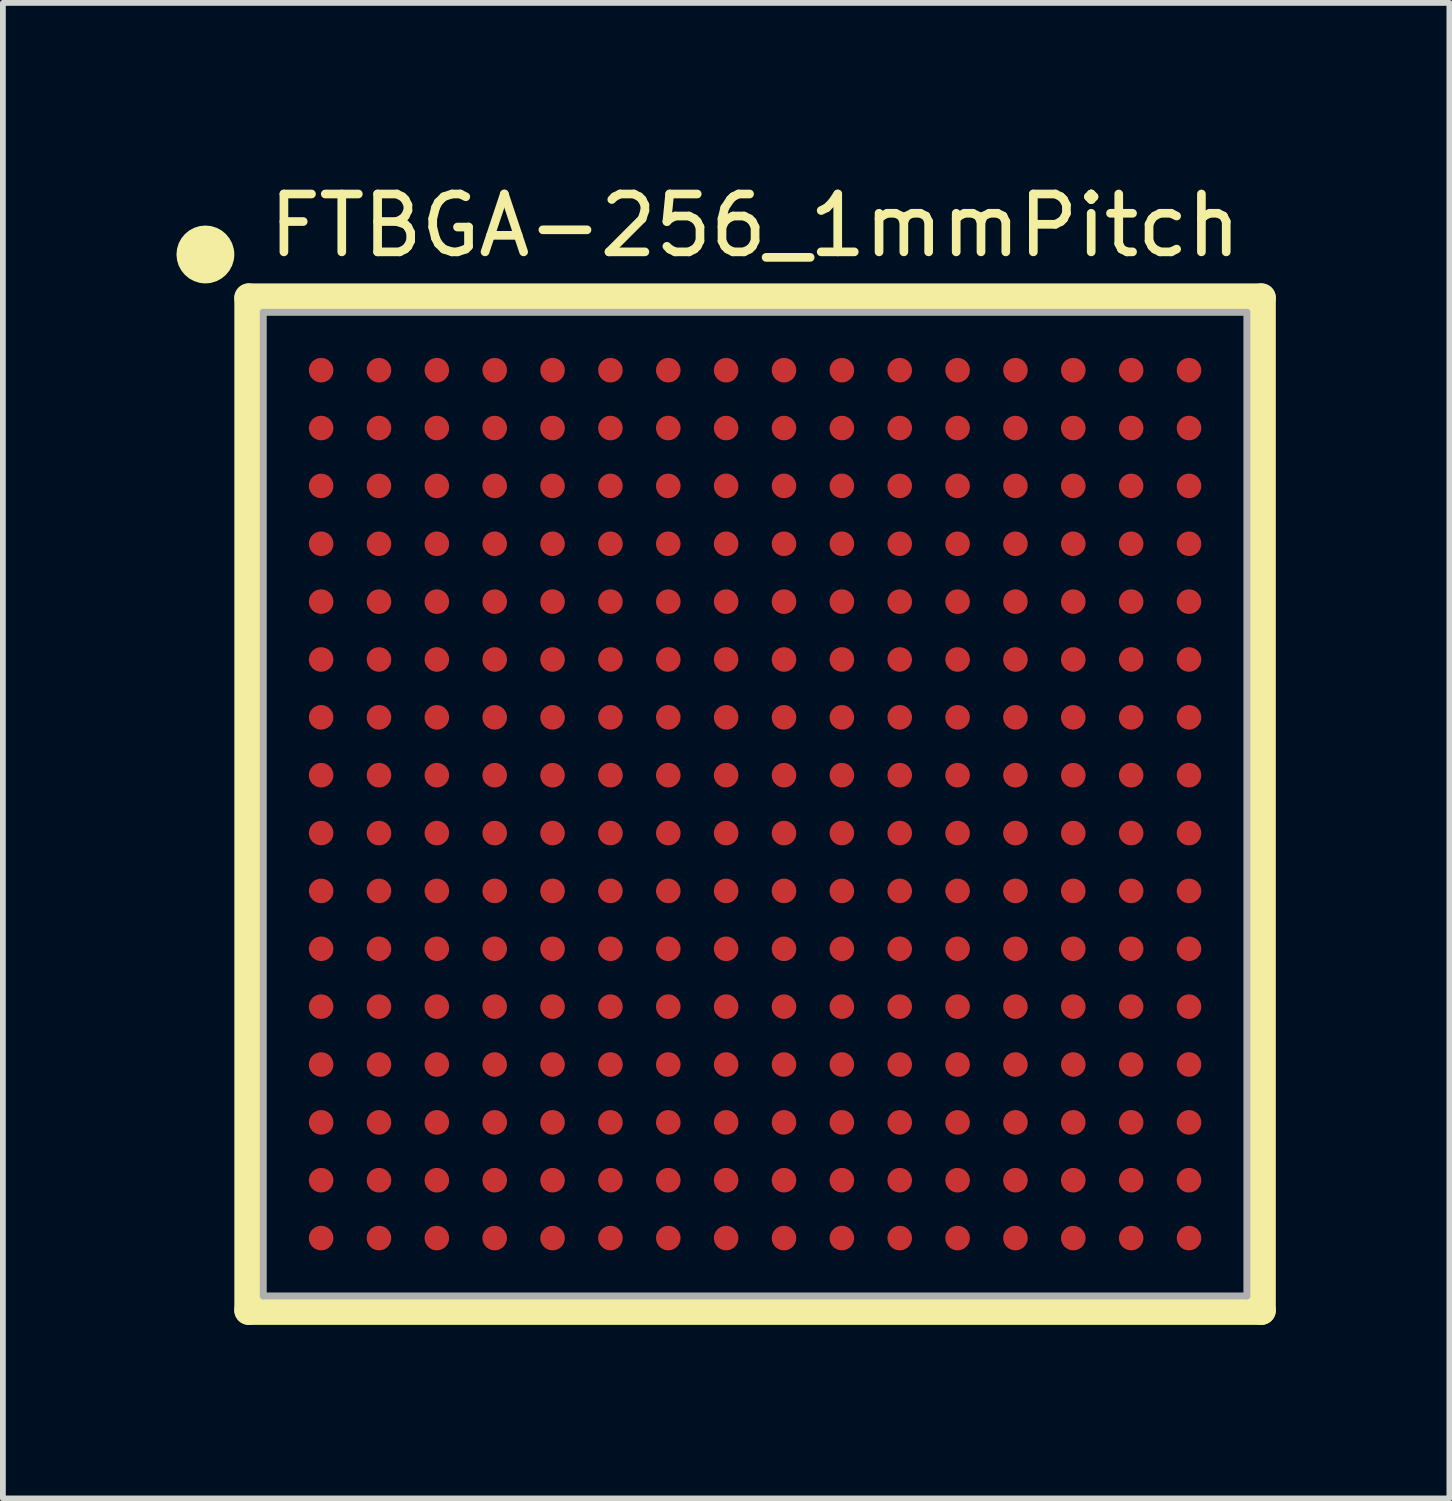
<source format=kicad_pcb>
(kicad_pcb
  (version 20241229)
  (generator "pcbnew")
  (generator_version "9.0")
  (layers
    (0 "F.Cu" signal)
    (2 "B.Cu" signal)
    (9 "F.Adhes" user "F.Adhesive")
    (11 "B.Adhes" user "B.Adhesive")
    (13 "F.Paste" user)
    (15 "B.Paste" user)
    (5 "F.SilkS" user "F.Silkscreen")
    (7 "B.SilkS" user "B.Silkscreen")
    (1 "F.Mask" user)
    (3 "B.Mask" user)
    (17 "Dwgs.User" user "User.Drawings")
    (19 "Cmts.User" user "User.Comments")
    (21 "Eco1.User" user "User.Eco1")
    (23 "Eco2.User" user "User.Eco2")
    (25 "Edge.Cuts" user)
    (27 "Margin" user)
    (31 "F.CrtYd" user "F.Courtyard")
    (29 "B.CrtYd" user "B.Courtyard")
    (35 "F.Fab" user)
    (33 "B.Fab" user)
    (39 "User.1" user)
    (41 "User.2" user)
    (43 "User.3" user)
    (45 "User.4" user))
  (footprint "FTBGA-256_1mmPitch"
    (layer "F.Cu")
    (at 10 10.848)
    (property "Reference" "FTBGA-256_1mmPitch" (at 0 -10 0) (layer "F.SilkS") (effects (font (size 1 1) (thickness 0.15))))
    (attr through_hole)
    (fp_line (start -8.75 -8.75) (end 8.75 -8.75) (stroke (width 0.5) (type solid)) (layer "F.SilkS"))
    (fp_line (start -8.75 8.75) (end -8.75 -8.75) (stroke (width 0.5) (type solid)) (layer "F.SilkS"))
    (fp_line (start 8.75 -8.75) (end 8.75 8.75) (stroke (width 0.5) (type solid)) (layer "F.SilkS"))
    (fp_line (start 8.75 8.75) (end -8.75 8.75) (stroke (width 0.5) (type solid)) (layer "F.SilkS"))
    (fp_circle (center -9.5 -9.5) (end -9.25 -9.5) (stroke (width 0.5) (type solid)) (fill no) (layer "F.SilkS"))
    (fp_line (start -8.5 -8.5) (end 8.5 -8.5) (stroke (width 0.12) (type solid)) (layer "F.Fab"))
    (fp_line (start -8.5 8.5) (end -8.5 -8.5) (stroke (width 0.12) (type solid)) (layer "F.Fab"))
    (fp_line (start 8.5 -8.5) (end 8.5 8.5) (stroke (width 0.12) (type solid)) (layer "F.Fab"))
    (fp_line (start 8.5 8.5) (end -8.5 8.5) (stroke (width 0.12) (type solid)) (layer "F.Fab"))
    (pad "A1" smd circle (at -7.5 -7.5) (size 0.425 0.425) (layers "F.Cu" "F.Mask" "F.Paste"))
    (pad "A2" smd circle (at -6.5 -7.5) (size 0.425 0.425) (layers "F.Cu" "F.Mask" "F.Paste"))
    (pad "A3" smd circle (at -5.5 -7.5) (size 0.425 0.425) (layers "F.Cu" "F.Mask" "F.Paste"))
    (pad "A4" smd circle (at -4.5 -7.5) (size 0.425 0.425) (layers "F.Cu" "F.Mask" "F.Paste"))
    (pad "A5" smd circle (at -3.5 -7.5) (size 0.425 0.425) (layers "F.Cu" "F.Mask" "F.Paste"))
    (pad "A6" smd circle (at -2.5 -7.5) (size 0.425 0.425) (layers "F.Cu" "F.Mask" "F.Paste"))
    (pad "A7" smd circle (at -1.5 -7.5) (size 0.425 0.425) (layers "F.Cu" "F.Mask" "F.Paste"))
    (pad "A8" smd circle (at -0.5 -7.5) (size 0.425 0.425) (layers "F.Cu" "F.Mask" "F.Paste"))
    (pad "A9" smd circle (at 0.5 -7.5) (size 0.425 0.425) (layers "F.Cu" "F.Mask" "F.Paste"))
    (pad "A10" smd circle (at 1.5 -7.5) (size 0.425 0.425) (layers "F.Cu" "F.Mask" "F.Paste"))
    (pad "A11" smd circle (at 2.5 -7.5) (size 0.425 0.425) (layers "F.Cu" "F.Mask" "F.Paste"))
    (pad "A12" smd circle (at 3.5 -7.5) (size 0.425 0.425) (layers "F.Cu" "F.Mask" "F.Paste"))
    (pad "A13" smd circle (at 4.5 -7.5) (size 0.425 0.425) (layers "F.Cu" "F.Mask" "F.Paste"))
    (pad "A14" smd circle (at 5.5 -7.5) (size 0.425 0.425) (layers "F.Cu" "F.Mask" "F.Paste"))
    (pad "A15" smd circle (at 6.5 -7.5) (size 0.425 0.425) (layers "F.Cu" "F.Mask" "F.Paste"))
    (pad "A16" smd circle (at 7.5 -7.5) (size 0.425 0.425) (layers "F.Cu" "F.Mask" "F.Paste"))
    (pad "B1" smd circle (at -7.5 -6.5) (size 0.425 0.425) (layers "F.Cu" "F.Mask" "F.Paste"))
    (pad "B2" smd circle (at -6.5 -6.5) (size 0.425 0.425) (layers "F.Cu" "F.Mask" "F.Paste"))
    (pad "B3" smd circle (at -5.5 -6.5) (size 0.425 0.425) (layers "F.Cu" "F.Mask" "F.Paste"))
    (pad "B4" smd circle (at -4.5 -6.5) (size 0.425 0.425) (layers "F.Cu" "F.Mask" "F.Paste"))
    (pad "B5" smd circle (at -3.5 -6.5) (size 0.425 0.425) (layers "F.Cu" "F.Mask" "F.Paste"))
    (pad "B6" smd circle (at -2.5 -6.5) (size 0.425 0.425) (layers "F.Cu" "F.Mask" "F.Paste"))
    (pad "B7" smd circle (at -1.5 -6.5) (size 0.425 0.425) (layers "F.Cu" "F.Mask" "F.Paste"))
    (pad "B8" smd circle (at -0.5 -6.5) (size 0.425 0.425) (layers "F.Cu" "F.Mask" "F.Paste"))
    (pad "B9" smd circle (at 0.5 -6.5) (size 0.425 0.425) (layers "F.Cu" "F.Mask" "F.Paste"))
    (pad "B10" smd circle (at 1.5 -6.5) (size 0.425 0.425) (layers "F.Cu" "F.Mask" "F.Paste"))
    (pad "B11" smd circle (at 2.5 -6.5) (size 0.425 0.425) (layers "F.Cu" "F.Mask" "F.Paste"))
    (pad "B12" smd circle (at 3.5 -6.5) (size 0.425 0.425) (layers "F.Cu" "F.Mask" "F.Paste"))
    (pad "B13" smd circle (at 4.5 -6.5) (size 0.425 0.425) (layers "F.Cu" "F.Mask" "F.Paste"))
    (pad "B14" smd circle (at 5.5 -6.5) (size 0.425 0.425) (layers "F.Cu" "F.Mask" "F.Paste"))
    (pad "B15" smd circle (at 6.5 -6.5) (size 0.425 0.425) (layers "F.Cu" "F.Mask" "F.Paste"))
    (pad "B16" smd circle (at 7.5 -6.5) (size 0.425 0.425) (layers "F.Cu" "F.Mask" "F.Paste"))
    (pad "C1" smd circle (at -7.5 -5.5) (size 0.425 0.425) (layers "F.Cu" "F.Mask" "F.Paste"))
    (pad "C2" smd circle (at -6.5 -5.5) (size 0.425 0.425) (layers "F.Cu" "F.Mask" "F.Paste"))
    (pad "C3" smd circle (at -5.5 -5.5) (size 0.425 0.425) (layers "F.Cu" "F.Mask" "F.Paste"))
    (pad "C4" smd circle (at -4.5 -5.5) (size 0.425 0.425) (layers "F.Cu" "F.Mask" "F.Paste"))
    (pad "C5" smd circle (at -3.5 -5.5) (size 0.425 0.425) (layers "F.Cu" "F.Mask" "F.Paste"))
    (pad "C6" smd circle (at -2.5 -5.5) (size 0.425 0.425) (layers "F.Cu" "F.Mask" "F.Paste"))
    (pad "C7" smd circle (at -1.5 -5.5) (size 0.425 0.425) (layers "F.Cu" "F.Mask" "F.Paste"))
    (pad "C8" smd circle (at -0.5 -5.5) (size 0.425 0.425) (layers "F.Cu" "F.Mask" "F.Paste"))
    (pad "C9" smd circle (at 0.5 -5.5) (size 0.425 0.425) (layers "F.Cu" "F.Mask" "F.Paste"))
    (pad "C10" smd circle (at 1.5 -5.5) (size 0.425 0.425) (layers "F.Cu" "F.Mask" "F.Paste"))
    (pad "C11" smd circle (at 2.5 -5.5) (size 0.425 0.425) (layers "F.Cu" "F.Mask" "F.Paste"))
    (pad "C12" smd circle (at 3.5 -5.5) (size 0.425 0.425) (layers "F.Cu" "F.Mask" "F.Paste"))
    (pad "C13" smd circle (at 4.5 -5.5) (size 0.425 0.425) (layers "F.Cu" "F.Mask" "F.Paste"))
    (pad "C14" smd circle (at 5.5 -5.5) (size 0.425 0.425) (layers "F.Cu" "F.Mask" "F.Paste"))
    (pad "C15" smd circle (at 6.5 -5.5) (size 0.425 0.425) (layers "F.Cu" "F.Mask" "F.Paste"))
    (pad "C16" smd circle (at 7.5 -5.5) (size 0.425 0.425) (layers "F.Cu" "F.Mask" "F.Paste"))
    (pad "D1" smd circle (at -7.5 -4.5) (size 0.425 0.425) (layers "F.Cu" "F.Mask" "F.Paste"))
    (pad "D2" smd circle (at -6.5 -4.5) (size 0.425 0.425) (layers "F.Cu" "F.Mask" "F.Paste"))
    (pad "D3" smd circle (at -5.5 -4.5) (size 0.425 0.425) (layers "F.Cu" "F.Mask" "F.Paste"))
    (pad "D4" smd circle (at -4.5 -4.5) (size 0.425 0.425) (layers "F.Cu" "F.Mask" "F.Paste"))
    (pad "D5" smd circle (at -3.5 -4.5) (size 0.425 0.425) (layers "F.Cu" "F.Mask" "F.Paste"))
    (pad "D6" smd circle (at -2.5 -4.5) (size 0.425 0.425) (layers "F.Cu" "F.Mask" "F.Paste"))
    (pad "D7" smd circle (at -1.5 -4.5) (size 0.425 0.425) (layers "F.Cu" "F.Mask" "F.Paste"))
    (pad "D8" smd circle (at -0.5 -4.5) (size 0.425 0.425) (layers "F.Cu" "F.Mask" "F.Paste"))
    (pad "D9" smd circle (at 0.5 -4.5) (size 0.425 0.425) (layers "F.Cu" "F.Mask" "F.Paste"))
    (pad "D10" smd circle (at 1.5 -4.5) (size 0.425 0.425) (layers "F.Cu" "F.Mask" "F.Paste"))
    (pad "D11" smd circle (at 2.5 -4.5) (size 0.425 0.425) (layers "F.Cu" "F.Mask" "F.Paste"))
    (pad "D12" smd circle (at 3.5 -4.5) (size 0.425 0.425) (layers "F.Cu" "F.Mask" "F.Paste"))
    (pad "D13" smd circle (at 4.5 -4.5) (size 0.425 0.425) (layers "F.Cu" "F.Mask" "F.Paste"))
    (pad "D14" smd circle (at 5.5 -4.5) (size 0.425 0.425) (layers "F.Cu" "F.Mask" "F.Paste"))
    (pad "D15" smd circle (at 6.5 -4.5) (size 0.425 0.425) (layers "F.Cu" "F.Mask" "F.Paste"))
    (pad "D16" smd circle (at 7.5 -4.5) (size 0.425 0.425) (layers "F.Cu" "F.Mask" "F.Paste"))
    (pad "E1" smd circle (at -7.5 -3.5) (size 0.425 0.425) (layers "F.Cu" "F.Mask" "F.Paste"))
    (pad "E2" smd circle (at -6.5 -3.5) (size 0.425 0.425) (layers "F.Cu" "F.Mask" "F.Paste"))
    (pad "E3" smd circle (at -5.5 -3.5) (size 0.425 0.425) (layers "F.Cu" "F.Mask" "F.Paste"))
    (pad "E4" smd circle (at -4.5 -3.5) (size 0.425 0.425) (layers "F.Cu" "F.Mask" "F.Paste"))
    (pad "E5" smd circle (at -3.5 -3.5) (size 0.425 0.425) (layers "F.Cu" "F.Mask" "F.Paste"))
    (pad "E6" smd circle (at -2.5 -3.5) (size 0.425 0.425) (layers "F.Cu" "F.Mask" "F.Paste"))
    (pad "E7" smd circle (at -1.5 -3.5) (size 0.425 0.425) (layers "F.Cu" "F.Mask" "F.Paste"))
    (pad "E8" smd circle (at -0.5 -3.5) (size 0.425 0.425) (layers "F.Cu" "F.Mask" "F.Paste"))
    (pad "E9" smd circle (at 0.5 -3.5) (size 0.425 0.425) (layers "F.Cu" "F.Mask" "F.Paste"))
    (pad "E10" smd circle (at 1.5 -3.5) (size 0.425 0.425) (layers "F.Cu" "F.Mask" "F.Paste"))
    (pad "E11" smd circle (at 2.5 -3.5) (size 0.425 0.425) (layers "F.Cu" "F.Mask" "F.Paste"))
    (pad "E12" smd circle (at 3.5 -3.5) (size 0.425 0.425) (layers "F.Cu" "F.Mask" "F.Paste"))
    (pad "E13" smd circle (at 4.5 -3.5) (size 0.425 0.425) (layers "F.Cu" "F.Mask" "F.Paste"))
    (pad "E14" smd circle (at 5.5 -3.5) (size 0.425 0.425) (layers "F.Cu" "F.Mask" "F.Paste"))
    (pad "E15" smd circle (at 6.5 -3.5) (size 0.425 0.425) (layers "F.Cu" "F.Mask" "F.Paste"))
    (pad "E16" smd circle (at 7.5 -3.5) (size 0.425 0.425) (layers "F.Cu" "F.Mask" "F.Paste"))
    (pad "F1" smd circle (at -7.5 -2.5) (size 0.425 0.425) (layers "F.Cu" "F.Mask" "F.Paste"))
    (pad "F2" smd circle (at -6.5 -2.5) (size 0.425 0.425) (layers "F.Cu" "F.Mask" "F.Paste"))
    (pad "F3" smd circle (at -5.5 -2.5) (size 0.425 0.425) (layers "F.Cu" "F.Mask" "F.Paste"))
    (pad "F4" smd circle (at -4.5 -2.5) (size 0.425 0.425) (layers "F.Cu" "F.Mask" "F.Paste"))
    (pad "F5" smd circle (at -3.5 -2.5) (size 0.425 0.425) (layers "F.Cu" "F.Mask" "F.Paste"))
    (pad "F6" smd circle (at -2.5 -2.5) (size 0.425 0.425) (layers "F.Cu" "F.Mask" "F.Paste"))
    (pad "F7" smd circle (at -1.5 -2.5) (size 0.425 0.425) (layers "F.Cu" "F.Mask" "F.Paste"))
    (pad "F8" smd circle (at -0.5 -2.5) (size 0.425 0.425) (layers "F.Cu" "F.Mask" "F.Paste"))
    (pad "F9" smd circle (at 0.5 -2.5) (size 0.425 0.425) (layers "F.Cu" "F.Mask" "F.Paste"))
    (pad "F10" smd circle (at 1.5 -2.5) (size 0.425 0.425) (layers "F.Cu" "F.Mask" "F.Paste"))
    (pad "F11" smd circle (at 2.5 -2.5) (size 0.425 0.425) (layers "F.Cu" "F.Mask" "F.Paste"))
    (pad "F12" smd circle (at 3.5 -2.5) (size 0.425 0.425) (layers "F.Cu" "F.Mask" "F.Paste"))
    (pad "F13" smd circle (at 4.5 -2.5) (size 0.425 0.425) (layers "F.Cu" "F.Mask" "F.Paste"))
    (pad "F14" smd circle (at 5.5 -2.5) (size 0.425 0.425) (layers "F.Cu" "F.Mask" "F.Paste"))
    (pad "F15" smd circle (at 6.5 -2.5) (size 0.425 0.425) (layers "F.Cu" "F.Mask" "F.Paste"))
    (pad "F16" smd circle (at 7.5 -2.5) (size 0.425 0.425) (layers "F.Cu" "F.Mask" "F.Paste"))
    (pad "G1" smd circle (at -7.5 -1.5) (size 0.425 0.425) (layers "F.Cu" "F.Mask" "F.Paste"))
    (pad "G2" smd circle (at -6.5 -1.5) (size 0.425 0.425) (layers "F.Cu" "F.Mask" "F.Paste"))
    (pad "G3" smd circle (at -5.5 -1.5) (size 0.425 0.425) (layers "F.Cu" "F.Mask" "F.Paste"))
    (pad "G4" smd circle (at -4.5 -1.5) (size 0.425 0.425) (layers "F.Cu" "F.Mask" "F.Paste"))
    (pad "G5" smd circle (at -3.5 -1.5) (size 0.425 0.425) (layers "F.Cu" "F.Mask" "F.Paste"))
    (pad "G6" smd circle (at -2.5 -1.5) (size 0.425 0.425) (layers "F.Cu" "F.Mask" "F.Paste"))
    (pad "G7" smd circle (at -1.5 -1.5) (size 0.425 0.425) (layers "F.Cu" "F.Mask" "F.Paste"))
    (pad "G8" smd circle (at -0.5 -1.5) (size 0.425 0.425) (layers "F.Cu" "F.Mask" "F.Paste"))
    (pad "G9" smd circle (at 0.5 -1.5) (size 0.425 0.425) (layers "F.Cu" "F.Mask" "F.Paste"))
    (pad "G10" smd circle (at 1.5 -1.5) (size 0.425 0.425) (layers "F.Cu" "F.Mask" "F.Paste"))
    (pad "G11" smd circle (at 2.5 -1.5) (size 0.425 0.425) (layers "F.Cu" "F.Mask" "F.Paste"))
    (pad "G12" smd circle (at 3.5 -1.5) (size 0.425 0.425) (layers "F.Cu" "F.Mask" "F.Paste"))
    (pad "G13" smd circle (at 4.5 -1.5) (size 0.425 0.425) (layers "F.Cu" "F.Mask" "F.Paste"))
    (pad "G14" smd circle (at 5.5 -1.5) (size 0.425 0.425) (layers "F.Cu" "F.Mask" "F.Paste"))
    (pad "G15" smd circle (at 6.5 -1.5) (size 0.425 0.425) (layers "F.Cu" "F.Mask" "F.Paste"))
    (pad "G16" smd circle (at 7.5 -1.5) (size 0.425 0.425) (layers "F.Cu" "F.Mask" "F.Paste"))
    (pad "H1" smd circle (at -7.5 -0.5) (size 0.425 0.425) (layers "F.Cu" "F.Mask" "F.Paste"))
    (pad "H2" smd circle (at -6.5 -0.5) (size 0.425 0.425) (layers "F.Cu" "F.Mask" "F.Paste"))
    (pad "H3" smd circle (at -5.5 -0.5) (size 0.425 0.425) (layers "F.Cu" "F.Mask" "F.Paste"))
    (pad "H4" smd circle (at -4.5 -0.5) (size 0.425 0.425) (layers "F.Cu" "F.Mask" "F.Paste"))
    (pad "H5" smd circle (at -3.5 -0.5) (size 0.425 0.425) (layers "F.Cu" "F.Mask" "F.Paste"))
    (pad "H6" smd circle (at -2.5 -0.5) (size 0.425 0.425) (layers "F.Cu" "F.Mask" "F.Paste"))
    (pad "H7" smd circle (at -1.5 -0.5) (size 0.425 0.425) (layers "F.Cu" "F.Mask" "F.Paste"))
    (pad "H8" smd circle (at -0.5 -0.5) (size 0.425 0.425) (layers "F.Cu" "F.Mask" "F.Paste"))
    (pad "H9" smd circle (at 0.5 -0.5) (size 0.425 0.425) (layers "F.Cu" "F.Mask" "F.Paste"))
    (pad "H10" smd circle (at 1.5 -0.5) (size 0.425 0.425) (layers "F.Cu" "F.Mask" "F.Paste"))
    (pad "H11" smd circle (at 2.5 -0.5) (size 0.425 0.425) (layers "F.Cu" "F.Mask" "F.Paste"))
    (pad "H12" smd circle (at 3.5 -0.5) (size 0.425 0.425) (layers "F.Cu" "F.Mask" "F.Paste"))
    (pad "H13" smd circle (at 4.5 -0.5) (size 0.425 0.425) (layers "F.Cu" "F.Mask" "F.Paste"))
    (pad "H14" smd circle (at 5.5 -0.5) (size 0.425 0.425) (layers "F.Cu" "F.Mask" "F.Paste"))
    (pad "H15" smd circle (at 6.5 -0.5) (size 0.425 0.425) (layers "F.Cu" "F.Mask" "F.Paste"))
    (pad "H16" smd circle (at 7.5 -0.5) (size 0.425 0.425) (layers "F.Cu" "F.Mask" "F.Paste"))
    (pad "J1" smd circle (at -7.5 0.5) (size 0.425 0.425) (layers "F.Cu" "F.Mask" "F.Paste"))
    (pad "J2" smd circle (at -6.5 0.5) (size 0.425 0.425) (layers "F.Cu" "F.Mask" "F.Paste"))
    (pad "J3" smd circle (at -5.5 0.5) (size 0.425 0.425) (layers "F.Cu" "F.Mask" "F.Paste"))
    (pad "J4" smd circle (at -4.5 0.5) (size 0.425 0.425) (layers "F.Cu" "F.Mask" "F.Paste"))
    (pad "J5" smd circle (at -3.5 0.5) (size 0.425 0.425) (layers "F.Cu" "F.Mask" "F.Paste"))
    (pad "J6" smd circle (at -2.5 0.5) (size 0.425 0.425) (layers "F.Cu" "F.Mask" "F.Paste"))
    (pad "J7" smd circle (at -1.5 0.5) (size 0.425 0.425) (layers "F.Cu" "F.Mask" "F.Paste"))
    (pad "J8" smd circle (at -0.5 0.5) (size 0.425 0.425) (layers "F.Cu" "F.Mask" "F.Paste"))
    (pad "J9" smd circle (at 0.5 0.5) (size 0.425 0.425) (layers "F.Cu" "F.Mask" "F.Paste"))
    (pad "J10" smd circle (at 1.5 0.5) (size 0.425 0.425) (layers "F.Cu" "F.Mask" "F.Paste"))
    (pad "J11" smd circle (at 2.5 0.5) (size 0.425 0.425) (layers "F.Cu" "F.Mask" "F.Paste"))
    (pad "J12" smd circle (at 3.5 0.5) (size 0.425 0.425) (layers "F.Cu" "F.Mask" "F.Paste"))
    (pad "J13" smd circle (at 4.5 0.5) (size 0.425 0.425) (layers "F.Cu" "F.Mask" "F.Paste"))
    (pad "J14" smd circle (at 5.5 0.5) (size 0.425 0.425) (layers "F.Cu" "F.Mask" "F.Paste"))
    (pad "J15" smd circle (at 6.5 0.5) (size 0.425 0.425) (layers "F.Cu" "F.Mask" "F.Paste"))
    (pad "J16" smd circle (at 7.5 0.5) (size 0.425 0.425) (layers "F.Cu" "F.Mask" "F.Paste"))
    (pad "K1" smd circle (at -7.5 1.5) (size 0.425 0.425) (layers "F.Cu" "F.Mask" "F.Paste"))
    (pad "K2" smd circle (at -6.5 1.5) (size 0.425 0.425) (layers "F.Cu" "F.Mask" "F.Paste"))
    (pad "K3" smd circle (at -5.5 1.5) (size 0.425 0.425) (layers "F.Cu" "F.Mask" "F.Paste"))
    (pad "K4" smd circle (at -4.5 1.5) (size 0.425 0.425) (layers "F.Cu" "F.Mask" "F.Paste"))
    (pad "K5" smd circle (at -3.5 1.5) (size 0.425 0.425) (layers "F.Cu" "F.Mask" "F.Paste"))
    (pad "K6" smd circle (at -2.5 1.5) (size 0.425 0.425) (layers "F.Cu" "F.Mask" "F.Paste"))
    (pad "K7" smd circle (at -1.5 1.5) (size 0.425 0.425) (layers "F.Cu" "F.Mask" "F.Paste"))
    (pad "K8" smd circle (at -0.5 1.5) (size 0.425 0.425) (layers "F.Cu" "F.Mask" "F.Paste"))
    (pad "K9" smd circle (at 0.5 1.5) (size 0.425 0.425) (layers "F.Cu" "F.Mask" "F.Paste"))
    (pad "K10" smd circle (at 1.5 1.5) (size 0.425 0.425) (layers "F.Cu" "F.Mask" "F.Paste"))
    (pad "K11" smd circle (at 2.5 1.5) (size 0.425 0.425) (layers "F.Cu" "F.Mask" "F.Paste"))
    (pad "K12" smd circle (at 3.5 1.5) (size 0.425 0.425) (layers "F.Cu" "F.Mask" "F.Paste"))
    (pad "K13" smd circle (at 4.5 1.5) (size 0.425 0.425) (layers "F.Cu" "F.Mask" "F.Paste"))
    (pad "K14" smd circle (at 5.5 1.5) (size 0.425 0.425) (layers "F.Cu" "F.Mask" "F.Paste"))
    (pad "K15" smd circle (at 6.5 1.5) (size 0.425 0.425) (layers "F.Cu" "F.Mask" "F.Paste"))
    (pad "K16" smd circle (at 7.5 1.5) (size 0.425 0.425) (layers "F.Cu" "F.Mask" "F.Paste"))
    (pad "L1" smd circle (at -7.5 2.5) (size 0.425 0.425) (layers "F.Cu" "F.Mask" "F.Paste"))
    (pad "L2" smd circle (at -6.5 2.5) (size 0.425 0.425) (layers "F.Cu" "F.Mask" "F.Paste"))
    (pad "L3" smd circle (at -5.5 2.5) (size 0.425 0.425) (layers "F.Cu" "F.Mask" "F.Paste"))
    (pad "L4" smd circle (at -4.5 2.5) (size 0.425 0.425) (layers "F.Cu" "F.Mask" "F.Paste"))
    (pad "L5" smd circle (at -3.5 2.5) (size 0.425 0.425) (layers "F.Cu" "F.Mask" "F.Paste"))
    (pad "L6" smd circle (at -2.5 2.5) (size 0.425 0.425) (layers "F.Cu" "F.Mask" "F.Paste"))
    (pad "L7" smd circle (at -1.5 2.5) (size 0.425 0.425) (layers "F.Cu" "F.Mask" "F.Paste"))
    (pad "L8" smd circle (at -0.5 2.5) (size 0.425 0.425) (layers "F.Cu" "F.Mask" "F.Paste"))
    (pad "L9" smd circle (at 0.5 2.5) (size 0.425 0.425) (layers "F.Cu" "F.Mask" "F.Paste"))
    (pad "L10" smd circle (at 1.5 2.5) (size 0.425 0.425) (layers "F.Cu" "F.Mask" "F.Paste"))
    (pad "L11" smd circle (at 2.5 2.5) (size 0.425 0.425) (layers "F.Cu" "F.Mask" "F.Paste"))
    (pad "L12" smd circle (at 3.5 2.5) (size 0.425 0.425) (layers "F.Cu" "F.Mask" "F.Paste"))
    (pad "L13" smd circle (at 4.5 2.5) (size 0.425 0.425) (layers "F.Cu" "F.Mask" "F.Paste"))
    (pad "L14" smd circle (at 5.5 2.5) (size 0.425 0.425) (layers "F.Cu" "F.Mask" "F.Paste"))
    (pad "L15" smd circle (at 6.5 2.5) (size 0.425 0.425) (layers "F.Cu" "F.Mask" "F.Paste"))
    (pad "L16" smd circle (at 7.5 2.5) (size 0.425 0.425) (layers "F.Cu" "F.Mask" "F.Paste"))
    (pad "M1" smd circle (at -7.5 3.5) (size 0.425 0.425) (layers "F.Cu" "F.Mask" "F.Paste"))
    (pad "M2" smd circle (at -6.5 3.5) (size 0.425 0.425) (layers "F.Cu" "F.Mask" "F.Paste"))
    (pad "M3" smd circle (at -5.5 3.5) (size 0.425 0.425) (layers "F.Cu" "F.Mask" "F.Paste"))
    (pad "M4" smd circle (at -4.5 3.5) (size 0.425 0.425) (layers "F.Cu" "F.Mask" "F.Paste"))
    (pad "M5" smd circle (at -3.5 3.5) (size 0.425 0.425) (layers "F.Cu" "F.Mask" "F.Paste"))
    (pad "M6" smd circle (at -2.5 3.5) (size 0.425 0.425) (layers "F.Cu" "F.Mask" "F.Paste"))
    (pad "M7" smd circle (at -1.5 3.5) (size 0.425 0.425) (layers "F.Cu" "F.Mask" "F.Paste"))
    (pad "M8" smd circle (at -0.5 3.5) (size 0.425 0.425) (layers "F.Cu" "F.Mask" "F.Paste"))
    (pad "M9" smd circle (at 0.5 3.5) (size 0.425 0.425) (layers "F.Cu" "F.Mask" "F.Paste"))
    (pad "M10" smd circle (at 1.5 3.5) (size 0.425 0.425) (layers "F.Cu" "F.Mask" "F.Paste"))
    (pad "M11" smd circle (at 2.5 3.5) (size 0.425 0.425) (layers "F.Cu" "F.Mask" "F.Paste"))
    (pad "M12" smd circle (at 3.5 3.5) (size 0.425 0.425) (layers "F.Cu" "F.Mask" "F.Paste"))
    (pad "M13" smd circle (at 4.5 3.5) (size 0.425 0.425) (layers "F.Cu" "F.Mask" "F.Paste"))
    (pad "M14" smd circle (at 5.5 3.5) (size 0.425 0.425) (layers "F.Cu" "F.Mask" "F.Paste"))
    (pad "M15" smd circle (at 6.5 3.5) (size 0.425 0.425) (layers "F.Cu" "F.Mask" "F.Paste"))
    (pad "M16" smd circle (at 7.5 3.5) (size 0.425 0.425) (layers "F.Cu" "F.Mask" "F.Paste"))
    (pad "N1" smd circle (at -7.5 4.5) (size 0.425 0.425) (layers "F.Cu" "F.Mask" "F.Paste"))
    (pad "N2" smd circle (at -6.5 4.5) (size 0.425 0.425) (layers "F.Cu" "F.Mask" "F.Paste"))
    (pad "N3" smd circle (at -5.5 4.5) (size 0.425 0.425) (layers "F.Cu" "F.Mask" "F.Paste"))
    (pad "N4" smd circle (at -4.5 4.5) (size 0.425 0.425) (layers "F.Cu" "F.Mask" "F.Paste"))
    (pad "N5" smd circle (at -3.5 4.5) (size 0.425 0.425) (layers "F.Cu" "F.Mask" "F.Paste"))
    (pad "N6" smd circle (at -2.5 4.5) (size 0.425 0.425) (layers "F.Cu" "F.Mask" "F.Paste"))
    (pad "N7" smd circle (at -1.5 4.5) (size 0.425 0.425) (layers "F.Cu" "F.Mask" "F.Paste"))
    (pad "N8" smd circle (at -0.5 4.5) (size 0.425 0.425) (layers "F.Cu" "F.Mask" "F.Paste"))
    (pad "N9" smd circle (at 0.5 4.5) (size 0.425 0.425) (layers "F.Cu" "F.Mask" "F.Paste"))
    (pad "N10" smd circle (at 1.5 4.5) (size 0.425 0.425) (layers "F.Cu" "F.Mask" "F.Paste"))
    (pad "N11" smd circle (at 2.5 4.5) (size 0.425 0.425) (layers "F.Cu" "F.Mask" "F.Paste"))
    (pad "N12" smd circle (at 3.5 4.5) (size 0.425 0.425) (layers "F.Cu" "F.Mask" "F.Paste"))
    (pad "N13" smd circle (at 4.5 4.5) (size 0.425 0.425) (layers "F.Cu" "F.Mask" "F.Paste"))
    (pad "N14" smd circle (at 5.5 4.5) (size 0.425 0.425) (layers "F.Cu" "F.Mask" "F.Paste"))
    (pad "N15" smd circle (at 6.5 4.5) (size 0.425 0.425) (layers "F.Cu" "F.Mask" "F.Paste"))
    (pad "N16" smd circle (at 7.5 4.5) (size 0.425 0.425) (layers "F.Cu" "F.Mask" "F.Paste"))
    (pad "P1" smd circle (at -7.5 5.5) (size 0.425 0.425) (layers "F.Cu" "F.Mask" "F.Paste"))
    (pad "P2" smd circle (at -6.5 5.5) (size 0.425 0.425) (layers "F.Cu" "F.Mask" "F.Paste"))
    (pad "P3" smd circle (at -5.5 5.5) (size 0.425 0.425) (layers "F.Cu" "F.Mask" "F.Paste"))
    (pad "P4" smd circle (at -4.5 5.5) (size 0.425 0.425) (layers "F.Cu" "F.Mask" "F.Paste"))
    (pad "P5" smd circle (at -3.5 5.5) (size 0.425 0.425) (layers "F.Cu" "F.Mask" "F.Paste"))
    (pad "P6" smd circle (at -2.5 5.5) (size 0.425 0.425) (layers "F.Cu" "F.Mask" "F.Paste"))
    (pad "P7" smd circle (at -1.5 5.5) (size 0.425 0.425) (layers "F.Cu" "F.Mask" "F.Paste"))
    (pad "P8" smd circle (at -0.5 5.5) (size 0.425 0.425) (layers "F.Cu" "F.Mask" "F.Paste"))
    (pad "P9" smd circle (at 0.5 5.5) (size 0.425 0.425) (layers "F.Cu" "F.Mask" "F.Paste"))
    (pad "P10" smd circle (at 1.5 5.5) (size 0.425 0.425) (layers "F.Cu" "F.Mask" "F.Paste"))
    (pad "P11" smd circle (at 2.5 5.5) (size 0.425 0.425) (layers "F.Cu" "F.Mask" "F.Paste"))
    (pad "P12" smd circle (at 3.5 5.5) (size 0.425 0.425) (layers "F.Cu" "F.Mask" "F.Paste"))
    (pad "P13" smd circle (at 4.5 5.5) (size 0.425 0.425) (layers "F.Cu" "F.Mask" "F.Paste"))
    (pad "P14" smd circle (at 5.5 5.5) (size 0.425 0.425) (layers "F.Cu" "F.Mask" "F.Paste"))
    (pad "P15" smd circle (at 6.5 5.5) (size 0.425 0.425) (layers "F.Cu" "F.Mask" "F.Paste"))
    (pad "P16" smd circle (at 7.5 5.5) (size 0.425 0.425) (layers "F.Cu" "F.Mask" "F.Paste"))
    (pad "R1" smd circle (at -7.5 6.5) (size 0.425 0.425) (layers "F.Cu" "F.Mask" "F.Paste"))
    (pad "R2" smd circle (at -6.5 6.5) (size 0.425 0.425) (layers "F.Cu" "F.Mask" "F.Paste"))
    (pad "R3" smd circle (at -5.5 6.5) (size 0.425 0.425) (layers "F.Cu" "F.Mask" "F.Paste"))
    (pad "R4" smd circle (at -4.5 6.5) (size 0.425 0.425) (layers "F.Cu" "F.Mask" "F.Paste"))
    (pad "R5" smd circle (at -3.5 6.5) (size 0.425 0.425) (layers "F.Cu" "F.Mask" "F.Paste"))
    (pad "R6" smd circle (at -2.5 6.5) (size 0.425 0.425) (layers "F.Cu" "F.Mask" "F.Paste"))
    (pad "R7" smd circle (at -1.5 6.5) (size 0.425 0.425) (layers "F.Cu" "F.Mask" "F.Paste"))
    (pad "R8" smd circle (at -0.5 6.5) (size 0.425 0.425) (layers "F.Cu" "F.Mask" "F.Paste"))
    (pad "R9" smd circle (at 0.5 6.5) (size 0.425 0.425) (layers "F.Cu" "F.Mask" "F.Paste"))
    (pad "R10" smd circle (at 1.5 6.5) (size 0.425 0.425) (layers "F.Cu" "F.Mask" "F.Paste"))
    (pad "R11" smd circle (at 2.5 6.5) (size 0.425 0.425) (layers "F.Cu" "F.Mask" "F.Paste"))
    (pad "R12" smd circle (at 3.5 6.5) (size 0.425 0.425) (layers "F.Cu" "F.Mask" "F.Paste"))
    (pad "R13" smd circle (at 4.5 6.5) (size 0.425 0.425) (layers "F.Cu" "F.Mask" "F.Paste"))
    (pad "R14" smd circle (at 5.5 6.5) (size 0.425 0.425) (layers "F.Cu" "F.Mask" "F.Paste"))
    (pad "R15" smd circle (at 6.5 6.5) (size 0.425 0.425) (layers "F.Cu" "F.Mask" "F.Paste"))
    (pad "R16" smd circle (at 7.5 6.5) (size 0.425 0.425) (layers "F.Cu" "F.Mask" "F.Paste"))
    (pad "T1" smd circle (at -7.5 7.5) (size 0.425 0.425) (layers "F.Cu" "F.Mask" "F.Paste"))
    (pad "T2" smd circle (at -6.5 7.5) (size 0.425 0.425) (layers "F.Cu" "F.Mask" "F.Paste"))
    (pad "T3" smd circle (at -5.5 7.5) (size 0.425 0.425) (layers "F.Cu" "F.Mask" "F.Paste"))
    (pad "T4" smd circle (at -4.5 7.5) (size 0.425 0.425) (layers "F.Cu" "F.Mask" "F.Paste"))
    (pad "T5" smd circle (at -3.5 7.5) (size 0.425 0.425) (layers "F.Cu" "F.Mask" "F.Paste"))
    (pad "T6" smd circle (at -2.5 7.5) (size 0.425 0.425) (layers "F.Cu" "F.Mask" "F.Paste"))
    (pad "T7" smd circle (at -1.5 7.5) (size 0.425 0.425) (layers "F.Cu" "F.Mask" "F.Paste"))
    (pad "T8" smd circle (at -0.5 7.5) (size 0.425 0.425) (layers "F.Cu" "F.Mask" "F.Paste"))
    (pad "T9" smd circle (at 0.5 7.5) (size 0.425 0.425) (layers "F.Cu" "F.Mask" "F.Paste"))
    (pad "T10" smd circle (at 1.5 7.5) (size 0.425 0.425) (layers "F.Cu" "F.Mask" "F.Paste"))
    (pad "T11" smd circle (at 2.5 7.5) (size 0.425 0.425) (layers "F.Cu" "F.Mask" "F.Paste"))
    (pad "T12" smd circle (at 3.5 7.5) (size 0.425 0.425) (layers "F.Cu" "F.Mask" "F.Paste"))
    (pad "T13" smd circle (at 4.5 7.5) (size 0.425 0.425) (layers "F.Cu" "F.Mask" "F.Paste"))
    (pad "T14" smd circle (at 5.5 7.5) (size 0.425 0.425) (layers "F.Cu" "F.Mask" "F.Paste"))
    (pad "T15" smd circle (at 6.5 7.5) (size 0.425 0.425) (layers "F.Cu" "F.Mask" "F.Paste"))
    (pad "T16" smd circle (at 7.5 7.5) (size 0.425 0.425) (layers "F.Cu" "F.Mask" "F.Paste")))
  (gr_rect
    (start -3 -3)
    (end 22 22.848)
    (stroke (width 0.1) (type default))
    (fill no)
    (layer "Edge.Cuts")))
</source>
